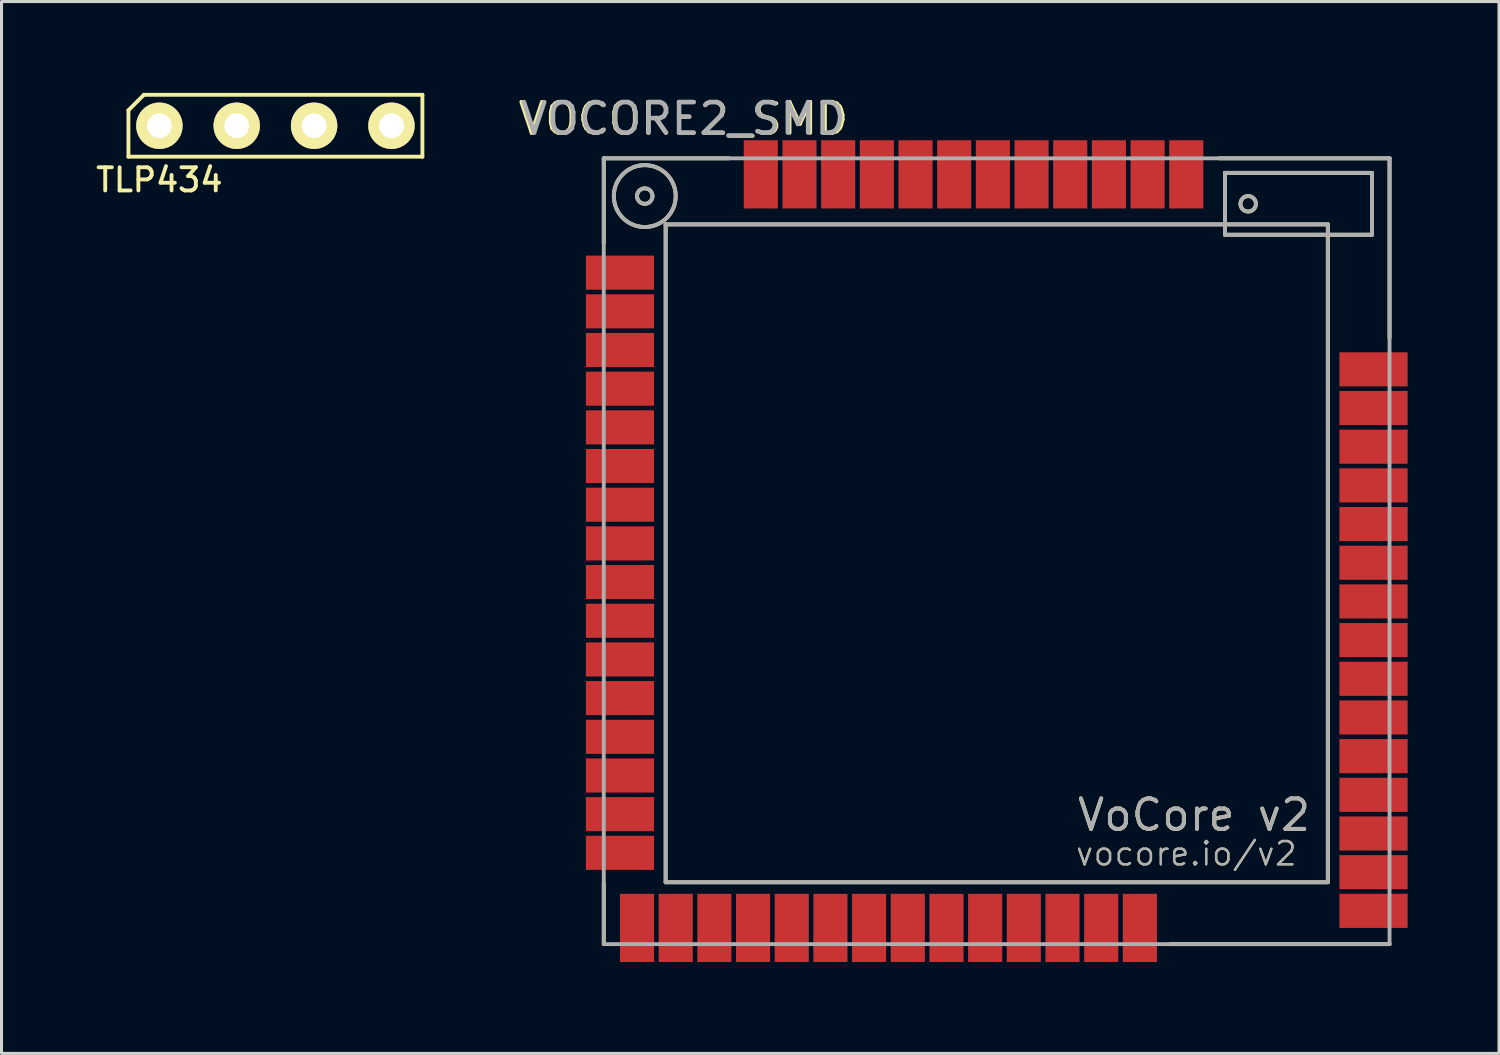
<source format=kicad_pcb>
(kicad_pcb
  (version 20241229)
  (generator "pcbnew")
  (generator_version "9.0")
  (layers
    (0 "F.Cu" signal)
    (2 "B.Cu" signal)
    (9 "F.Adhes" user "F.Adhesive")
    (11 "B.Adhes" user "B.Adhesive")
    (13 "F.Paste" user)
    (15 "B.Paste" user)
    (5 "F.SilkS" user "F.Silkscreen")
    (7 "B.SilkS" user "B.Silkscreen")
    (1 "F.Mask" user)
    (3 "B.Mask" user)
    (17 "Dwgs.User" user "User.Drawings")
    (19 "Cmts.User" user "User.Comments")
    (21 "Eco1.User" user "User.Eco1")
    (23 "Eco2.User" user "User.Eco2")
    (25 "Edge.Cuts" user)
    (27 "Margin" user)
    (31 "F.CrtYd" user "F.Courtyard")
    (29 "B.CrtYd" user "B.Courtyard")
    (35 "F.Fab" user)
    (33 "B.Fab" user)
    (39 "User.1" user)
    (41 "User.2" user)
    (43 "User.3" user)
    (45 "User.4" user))
  (footprint "VOCORE2_SMD"
    (layer "F.Cu")
    (at 16.774 27.949)
    (property "Reference" "VOCORE2_SMD" (at 2.616 -27.101 0) (layer "F.SilkS") (effects (font (size 1.016 1.016) (thickness 0.127))))
    (attr through_hole)
    (fp_line (start 0 -25.8) (end 0 -23) (stroke (width 0.127) (type solid)) (layer "F.SilkS"))
    (fp_line (start 0 -25.8) (end 4.1 -25.8) (stroke (width 0.127) (type solid)) (layer "F.SilkS"))
    (fp_line (start 0 0) (end 0 -2) (stroke (width 0.127) (type solid)) (layer "F.SilkS"))
    (fp_line (start 2.032 -23.632) (end 2.032 -2.032) (stroke (width 0.127) (type solid)) (layer "F.SilkS"))
    (fp_line (start 2.032 -23.632) (end 23.774 -23.632) (stroke (width 0.127) (type solid)) (layer "F.SilkS"))
    (fp_line (start 2.032 -2.032) (end 23.774 -2.032) (stroke (width 0.127) (type solid)) (layer "F.SilkS"))
    (fp_line (start 20.2 -25.8) (end 25.8 -25.8) (stroke (width 0.127) (type solid)) (layer "F.SilkS"))
    (fp_line (start 20.396 -25.323) (end 20.396 -23.291) (stroke (width 0.127) (type solid)) (layer "F.SilkS"))
    (fp_line (start 20.396 -23.291) (end 25.222 -23.291) (stroke (width 0.127) (type solid)) (layer "F.SilkS"))
    (fp_line (start 23.774 -23.632) (end 23.774 -2.032) (stroke (width 0.127) (type solid)) (layer "F.SilkS"))
    (fp_line (start 25.222 -25.323) (end 20.396 -25.323) (stroke (width 0.127) (type solid)) (layer "F.SilkS"))
    (fp_line (start 25.222 -23.291) (end 25.222 -25.323) (stroke (width 0.127) (type solid)) (layer "F.SilkS"))
    (fp_line (start 25.8 -25.8) (end 25.8 -19.9) (stroke (width 0.127) (type solid)) (layer "F.SilkS"))
    (fp_line (start 25.8 0) (end 18.6 0) (stroke (width 0.127) (type solid)) (layer "F.SilkS"))
    (fp_circle (center 1.346 -24.561) (end 1.346 -24.307) (stroke (width 0.127) (type solid)) (fill no) (layer "F.SilkS"))
    (fp_circle (center 1.346 -24.561) (end 1.346 -23.545) (stroke (width 0.127) (type solid)) (fill no) (layer "F.SilkS"))
    (fp_circle (center 21.158 -24.307) (end 21.412 -24.307) (stroke (width 0.127) (type solid)) (fill no) (layer "F.SilkS"))
    (fp_line (start 0 -25.8) (end 25.8 -25.8) (stroke (width 0.127) (type solid)) (layer "F.Fab"))
    (fp_line (start 0 0) (end 0 -25.8) (stroke (width 0.127) (type solid)) (layer "F.Fab"))
    (fp_line (start 2.032 -23.632) (end 2.032 -2.032) (stroke (width 0.127) (type solid)) (layer "F.Fab"))
    (fp_line (start 2.032 -23.632) (end 23.774 -23.632) (stroke (width 0.127) (type solid)) (layer "F.Fab"))
    (fp_line (start 2.032 -2.032) (end 23.774 -2.032) (stroke (width 0.127) (type solid)) (layer "F.Fab"))
    (fp_line (start 20.396 -25.323) (end 20.396 -23.291) (stroke (width 0.127) (type solid)) (layer "F.Fab"))
    (fp_line (start 20.396 -23.291) (end 25.222 -23.291) (stroke (width 0.127) (type solid)) (layer "F.Fab"))
    (fp_line (start 23.774 -23.632) (end 23.774 -2.032) (stroke (width 0.127) (type solid)) (layer "F.Fab"))
    (fp_line (start 25.222 -25.323) (end 20.396 -25.323) (stroke (width 0.127) (type solid)) (layer "F.Fab"))
    (fp_line (start 25.222 -23.291) (end 25.222 -25.323) (stroke (width 0.127) (type solid)) (layer "F.Fab"))
    (fp_line (start 25.8 -25.8) (end 25.8 0) (stroke (width 0.127) (type solid)) (layer "F.Fab"))
    (fp_line (start 25.8 0) (end 0 0) (stroke (width 0.127) (type solid)) (layer "F.Fab"))
    (fp_circle (center 1.346 -24.561) (end 1.6 -24.561) (stroke (width 0.127) (type solid)) (fill no) (layer "F.Fab"))
    (fp_circle (center 1.346 -24.561) (end 2.362 -24.561) (stroke (width 0.127) (type solid)) (fill no) (layer "F.Fab"))
    (fp_circle (center 21.158 -24.307) (end 21.412 -24.307) (stroke (width 0.127) (type solid)) (fill no) (layer "F.Fab"))
    (fp_text user "vocore.io/v2" (at 19.126 -2.971 0) (layer "F.SilkS") (effects (font (size 0.762 0.762) (thickness 0.076))))
    (fp_text user "VoCore v2" (at 19.38 -4.241 0) (layer "F.SilkS") (effects (font (size 1 1) (thickness 0.127))))
    (fp_text user "${REFERENCE}" (at 2.616 -27.101 0) (layer "F.Fab") (effects (font (size 1 1) (thickness 0.15))))
    (fp_text user "VoCore v2" (at 19.38 -4.241 0) (layer "F.Fab") (effects (font (size 1 1) (thickness 0.127))))
    (fp_text user "vocore.io/v2" (at 19.126 -2.971 0) (layer "F.Fab") (effects (font (size 0.762 0.762) (thickness 0.076))))
    (pad "1" smd rect (at 1.092 -22.047) (size 2.24 1.12) (drill (offset -0.56 0)) (layers "F.Cu" "F.Mask" "F.Paste"))
    (pad "2" smd rect (at 1.092 -1.092) (size 1.12 2.24) (drill (offset 0 0.56)) (layers "F.Cu" "F.Mask" "F.Paste"))
    (pad "3" smd rect (at 9.982 -1.092) (size 1.12 2.24) (drill (offset 0 0.56)) (layers "F.Cu" "F.Mask" "F.Paste"))
    (pad "4" smd rect (at 13.792 -1.092) (size 1.12 2.24) (drill (offset 0 0.56)) (layers "F.Cu" "F.Mask" "F.Paste"))
    (pad "5" smd rect (at 15.062 -1.092) (size 1.12 2.24) (drill (offset 0 0.56)) (layers "F.Cu" "F.Mask" "F.Paste"))
    (pad "6" smd rect (at 16.332 -1.092) (size 1.12 2.24) (drill (offset 0 0.56)) (layers "F.Cu" "F.Mask" "F.Paste"))
    (pad "7" smd rect (at 17.602 -1.092) (size 1.12 2.24) (drill (offset 0 0.56)) (layers "F.Cu" "F.Mask" "F.Paste"))
    (pad "8" smd rect (at 24.714 -1.092) (size 2.24 1.12) (drill (offset 0.56 0)) (layers "F.Cu" "F.Mask" "F.Paste"))
    (pad "9" smd rect (at 24.714 -2.362) (size 2.24 1.12) (drill (offset 0.56 0)) (layers "F.Cu" "F.Mask" "F.Paste"))
    (pad "10" smd rect (at 24.714 -3.632) (size 2.24 1.12) (drill (offset 0.56 0)) (layers "F.Cu" "F.Mask" "F.Paste"))
    (pad "11" smd rect (at 24.714 -4.902) (size 2.24 1.12) (drill (offset 0.56 0)) (layers "F.Cu" "F.Mask" "F.Paste"))
    (pad "12" smd rect (at 24.714 -18.872) (size 2.24 1.12) (drill (offset 0.56 0)) (layers "F.Cu" "F.Mask" "F.Paste"))
    (pad "13" smd rect (at 5.156 -24.714) (size 1.12 2.24) (drill (offset 0 -0.56)) (layers "F.Cu" "F.Mask" "F.Paste"))
    (pad "16" smd rect (at 17.856 -24.714) (size 1.12 2.24) (drill (offset 0 -0.56)) (layers "F.Cu" "F.Mask" "F.Paste"))
    (pad "17" smd rect (at 19.126 -24.714) (size 1.12 2.24) (drill (offset 0 -0.56)) (layers "F.Cu" "F.Mask" "F.Paste"))
    (pad "18" smd rect (at 16.586 -24.714) (size 1.12 2.24) (drill (offset 0 -0.56)) (layers "F.Cu" "F.Mask" "F.Paste"))
    (pad "19" smd rect (at 15.316 -24.714) (size 1.12 2.24) (drill (offset 0 -0.56)) (layers "F.Cu" "F.Mask" "F.Paste"))
    (pad "20" smd rect (at 14.046 -24.714) (size 1.12 2.24) (drill (offset 0 -0.56)) (layers "F.Cu" "F.Mask" "F.Paste"))
    (pad "21" smd rect (at 12.776 -24.714) (size 1.12 2.24) (drill (offset 0 -0.56)) (layers "F.Cu" "F.Mask" "F.Paste"))
    (pad "24" smd rect (at 11.506 -24.714) (size 1.12 2.24) (drill (offset 0 -0.56)) (layers "F.Cu" "F.Mask" "F.Paste"))
    (pad "25" smd rect (at 7.696 -24.714) (size 1.12 2.24) (drill (offset 0 -0.56)) (layers "F.Cu" "F.Mask" "F.Paste"))
    (pad "26" smd rect (at 8.966 -24.714) (size 1.12 2.24) (drill (offset 0 -0.56)) (layers "F.Cu" "F.Mask" "F.Paste"))
    (pad "27" smd rect (at 10.236 -24.714) (size 1.12 2.24) (drill (offset 0 -0.56)) (layers "F.Cu" "F.Mask" "F.Paste"))
    (pad "28" smd rect (at 6.426 -24.714) (size 1.12 2.24) (drill (offset 0 -0.56)) (layers "F.Cu" "F.Mask" "F.Paste"))
    (pad "29" smd rect (at 1.092 -18.237) (size 2.24 1.12) (drill (offset -0.56 0)) (layers "F.Cu" "F.Mask" "F.Paste"))
    (pad "30" smd rect (at 1.092 -20.777) (size 2.24 1.12) (drill (offset -0.56 0)) (layers "F.Cu" "F.Mask" "F.Paste"))
    (pad "31" smd rect (at 1.092 -19.507) (size 2.24 1.12) (drill (offset -0.56 0)) (layers "F.Cu" "F.Mask" "F.Paste"))
    (pad "33" smd rect (at 1.092 -16.967) (size 2.24 1.12) (drill (offset -0.56 0)) (layers "F.Cu" "F.Mask" "F.Paste"))
    (pad "34" smd rect (at 1.092 -15.697) (size 2.24 1.12) (drill (offset -0.56 0)) (layers "F.Cu" "F.Mask" "F.Paste"))
    (pad "35" smd rect (at 1.092 -14.427) (size 2.24 1.12) (drill (offset -0.56 0)) (layers "F.Cu" "F.Mask" "F.Paste"))
    (pad "36" smd rect (at 1.092 -13.157) (size 2.24 1.12) (drill (offset -0.56 0)) (layers "F.Cu" "F.Mask" "F.Paste"))
    (pad "43" smd rect (at 1.092 -11.887) (size 2.24 1.12) (drill (offset -0.56 0)) (layers "F.Cu" "F.Mask" "F.Paste"))
    (pad "44" smd rect (at 1.092 -10.617) (size 2.24 1.12) (drill (offset -0.56 0)) (layers "F.Cu" "F.Mask" "F.Paste"))
    (pad "45" smd rect (at 1.092 -9.347) (size 2.24 1.12) (drill (offset -0.56 0)) (layers "F.Cu" "F.Mask" "F.Paste"))
    (pad "46" smd rect (at 1.092 -8.077) (size 2.24 1.12) (drill (offset -0.56 0)) (layers "F.Cu" "F.Mask" "F.Paste"))
    (pad "47" smd rect (at 1.092 -6.807) (size 2.24 1.12) (drill (offset -0.56 0)) (layers "F.Cu" "F.Mask" "F.Paste"))
    (pad "48" smd rect (at 1.092 -5.537) (size 2.24 1.12) (drill (offset -0.56 0)) (layers "F.Cu" "F.Mask" "F.Paste"))
    (pad "49" smd rect (at 1.092 -4.267) (size 2.24 1.12) (drill (offset -0.56 0)) (layers "F.Cu" "F.Mask" "F.Paste"))
    (pad "50" smd rect (at 1.092 -2.997) (size 2.24 1.12) (drill (offset -0.56 0)) (layers "F.Cu" "F.Mask" "F.Paste"))
    (pad "51" smd rect (at 2.362 -1.092) (size 1.12 2.24) (drill (offset 0 0.56)) (layers "F.Cu" "F.Mask" "F.Paste"))
    (pad "52" smd rect (at 3.632 -1.092) (size 1.12 2.24) (drill (offset 0 0.56)) (layers "F.Cu" "F.Mask" "F.Paste"))
    (pad "54" smd rect (at 4.902 -1.092) (size 1.12 2.24) (drill (offset 0 0.56)) (layers "F.Cu" "F.Mask" "F.Paste"))
    (pad "55" smd rect (at 6.172 -1.092) (size 1.12 2.24) (drill (offset 0 0.56)) (layers "F.Cu" "F.Mask" "F.Paste"))
    (pad "56" smd rect (at 7.442 -1.092) (size 1.12 2.24) (drill (offset 0 0.56)) (layers "F.Cu" "F.Mask" "F.Paste"))
    (pad "57" smd rect (at 8.712 -1.092) (size 1.12 2.24) (drill (offset 0 0.56)) (layers "F.Cu" "F.Mask" "F.Paste"))
    (pad "61" smd rect (at 11.252 -1.092) (size 1.12 2.24) (drill (offset 0 0.56)) (layers "F.Cu" "F.Mask" "F.Paste"))
    (pad "62" smd rect (at 12.522 -1.092) (size 1.12 2.24) (drill (offset 0 0.56)) (layers "F.Cu" "F.Mask" "F.Paste"))
    (pad "136" smd rect (at 24.714 -6.172) (size 2.24 1.12) (drill (offset 0.56 0)) (layers "F.Cu" "F.Mask" "F.Paste"))
    (pad "137" smd rect (at 24.714 -7.442) (size 2.24 1.12) (drill (offset 0.56 0)) (layers "F.Cu" "F.Mask" "F.Paste"))
    (pad "138" smd rect (at 24.714 -8.712) (size 2.24 1.12) (drill (offset 0.56 0)) (layers "F.Cu" "F.Mask" "F.Paste"))
    (pad "139" smd rect (at 24.714 -12.522) (size 2.24 1.12) (drill (offset 0.56 0)) (layers "F.Cu" "F.Mask" "F.Paste"))
    (pad "140" smd rect (at 24.714 -13.792) (size 2.24 1.12) (drill (offset 0.56 0)) (layers "F.Cu" "F.Mask" "F.Paste"))
    (pad "141" smd rect (at 24.714 -15.062) (size 2.24 1.12) (drill (offset 0.56 0)) (layers "F.Cu" "F.Mask" "F.Paste"))
    (pad "142" smd rect (at 24.714 -9.982) (size 2.24 1.12) (drill (offset 0.56 0)) (layers "F.Cu" "F.Mask" "F.Paste"))
    (pad "143" smd rect (at 24.714 -11.252) (size 2.24 1.12) (drill (offset 0.56 0)) (layers "F.Cu" "F.Mask" "F.Paste"))
    (pad "147" smd rect (at 24.714 -16.332) (size 2.24 1.12) (drill (offset 0.56 0)) (layers "F.Cu" "F.Mask" "F.Paste"))
    (pad "148" smd rect (at 24.714 -17.602) (size 2.24 1.12) (drill (offset 0.56 0)) (layers "F.Cu" "F.Mask" "F.Paste")))
  (footprint "TLP434"
    (layer "F.Cu")
    (at 2.183 1.079)
    (property "Reference" "TLP434" (at 0 1.778 0) (layer "F.SilkS") (effects (font (size 0.762 0.762) (thickness 0.127))))
    (attr through_hole)
    (fp_line (start -1.016 -0.508) (end -1.016 1.016) (stroke (width 0.127) (type solid)) (layer "F.SilkS"))
    (fp_line (start -1.016 1.016) (end 8.636 1.016) (stroke (width 0.127) (type solid)) (layer "F.SilkS"))
    (fp_line (start -0.508 -1.016) (end -1.016 -0.508) (stroke (width 0.127) (type solid)) (layer "F.SilkS"))
    (fp_line (start 8.636 -1.016) (end -0.508 -1.016) (stroke (width 0.127) (type solid)) (layer "F.SilkS"))
    (fp_line (start 8.636 1.016) (end 8.636 -1.016) (stroke (width 0.127) (type solid)) (layer "F.SilkS"))
    (pad "1" thru_hole circle (at 0 0) (size 1.524 1.524) (drill 0.813) (layers "*.Cu" "*.Mask" "F.SilkS"))
    (pad "2" thru_hole circle (at 2.54 0) (size 1.524 1.524) (drill 0.813) (layers "*.Cu" "*.Mask" "F.SilkS"))
    (pad "3" thru_hole circle (at 5.08 0) (size 1.524 1.524) (drill 0.813) (layers "*.Cu" "*.Mask" "F.SilkS"))
    (pad "4" thru_hole circle (at 7.62 0) (size 1.524 1.524) (drill 0.813) (layers "*.Cu" "*.Mask" "F.SilkS")))
  (gr_rect
    (start -3 -3)
    (end 46.168 31.537)
    (stroke (width 0.1) (type default))
    (fill no)
    (layer "Edge.Cuts")))
</source>
